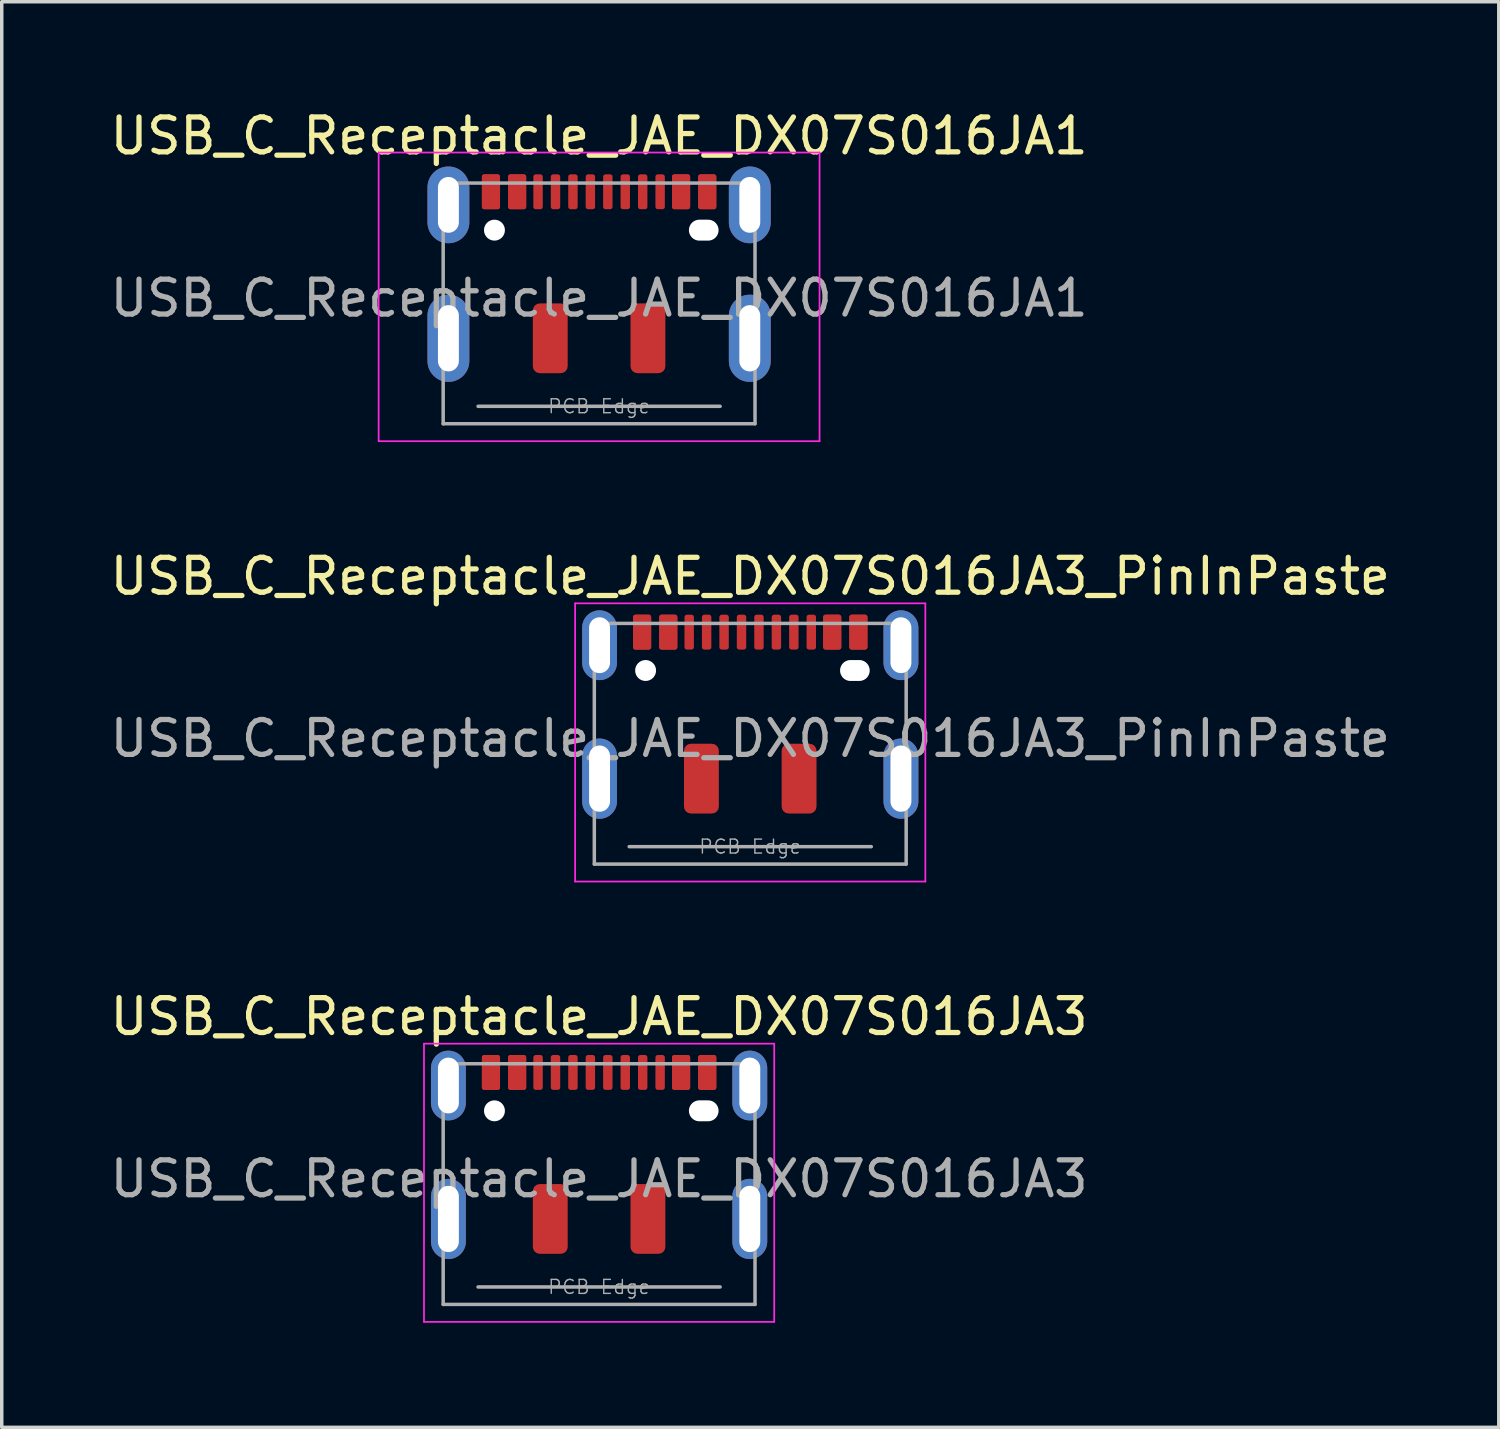
<source format=kicad_pcb>
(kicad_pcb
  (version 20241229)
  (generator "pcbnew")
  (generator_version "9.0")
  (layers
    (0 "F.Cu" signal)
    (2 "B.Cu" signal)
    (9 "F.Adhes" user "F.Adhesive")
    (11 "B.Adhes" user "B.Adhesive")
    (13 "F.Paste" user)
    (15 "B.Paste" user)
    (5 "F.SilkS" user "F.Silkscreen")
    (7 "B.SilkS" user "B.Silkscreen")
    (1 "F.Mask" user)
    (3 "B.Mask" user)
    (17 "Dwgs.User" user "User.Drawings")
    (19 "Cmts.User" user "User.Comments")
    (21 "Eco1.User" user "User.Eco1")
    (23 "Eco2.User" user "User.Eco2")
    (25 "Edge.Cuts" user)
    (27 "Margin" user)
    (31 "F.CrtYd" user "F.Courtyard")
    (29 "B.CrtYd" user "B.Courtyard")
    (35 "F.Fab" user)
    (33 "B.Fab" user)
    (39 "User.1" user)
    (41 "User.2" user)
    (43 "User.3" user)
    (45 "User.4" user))
  (footprint "USB_C_Receptacle_JAE_DX07S016JA1"
    (layer "F.Cu")
    (at 14.125 5.498)
    (property "Reference" "USB_C_Receptacle_JAE_DX07S016JA1" (at 0 -4.65 0) (layer "F.SilkS") (effects (font (size 1 1) (thickness 0.15))))
    (attr smd)
    (fp_line (start -6.32 -4.175) (end -6.32 4.1) (stroke (width 0.05) (type solid)) (layer "F.CrtYd"))
    (fp_line (start -6.32 4.1) (end 6.32 4.1) (stroke (width 0.05) (type solid)) (layer "F.CrtYd"))
    (fp_line (start 6.32 -4.175) (end -6.32 -4.175) (stroke (width 0.05) (type solid)) (layer "F.CrtYd"))
    (fp_line (start 6.32 4.1) (end 6.32 -4.175) (stroke (width 0.05) (type solid)) (layer "F.CrtYd"))
    (fp_line (start -4.47 -3.3) (end 4.47 -3.3) (stroke (width 0.1) (type solid)) (layer "F.Fab"))
    (fp_line (start -4.47 3.6) (end -4.47 -3.3) (stroke (width 0.1) (type solid)) (layer "F.Fab"))
    (fp_line (start -4.47 3.6) (end 4.47 3.6) (stroke (width 0.1) (type solid)) (layer "F.Fab"))
    (fp_line (start -3.47 3.1) (end 3.47 3.1) (stroke (width 0.1) (type solid)) (layer "F.Fab"))
    (fp_line (start 4.47 3.6) (end 4.47 -3.3) (stroke (width 0.1) (type solid)) (layer "F.Fab"))
    (fp_text user "${REFERENCE}" (at 0 0 0) (layer "F.Fab") (effects (font (size 1 1) (thickness 0.15))))
    (fp_text user "PCB Edge" (at 0 3.1 0) (layer "F.Fab") (effects (font (size 0.4 0.4) (thickness 0.04))))
    (pad "" smd roundrect (at -4.72 -2.48) (size 2 2.6) (layers "F.Paste") (roundrect_rratio 0.1))
    (pad "" smd roundrect (at -4.72 1.1) (size 2 3.2) (layers "F.Paste") (roundrect_rratio 0.1))
    (pad "" np_thru_hole oval (at -3 -1.95) (size 0.6 0.6) (drill 0.6) (layers "*.Cu" "*.Mask"))
    (pad "" smd roundrect (at -1.4 1.15) (size 1 2) (layers "F.Cu" "F.Mask" "F.Paste") (roundrect_rratio 0.2))
    (pad "" smd roundrect (at 1.4 1.15) (size 1 2) (layers "F.Cu" "F.Mask" "F.Paste") (roundrect_rratio 0.2))
    (pad "" np_thru_hole oval (at 3 -1.95) (size 0.85 0.6) (drill oval 0.85 0.6) (layers "*.Cu" "*.Mask"))
    (pad "" smd roundrect (at 4.72 -2.48) (size 2 2.6) (layers "F.Paste") (roundrect_rratio 0.1))
    (pad "" smd roundrect (at 4.72 1.1) (size 2 3.2) (layers "F.Paste") (roundrect_rratio 0.1))
    (pad "A1" smd roundrect (at -3.1 -3.05) (size 0.52 1) (layers "F.Cu" "F.Mask" "F.Paste") (roundrect_rratio 0.13))
    (pad "A4" smd roundrect (at -2.35 -3.05) (size 0.52 1) (layers "F.Cu" "F.Mask" "F.Paste") (roundrect_rratio 0.13))
    (pad "A5" smd roundrect (at -1.75 -3.05) (size 0.27 1) (layers "F.Cu" "F.Mask" "F.Paste") (roundrect_rratio 0.25))
    (pad "A6" smd roundrect (at -0.25 -3.05) (size 0.27 1) (layers "F.Cu" "F.Mask" "F.Paste") (roundrect_rratio 0.25))
    (pad "A7" smd roundrect (at 0.75 -3.05) (size 0.27 1) (layers "F.Cu" "F.Mask" "F.Paste") (roundrect_rratio 0.25))
    (pad "A8" smd roundrect (at 1.75 -3.05) (size 0.27 1) (layers "F.Cu" "F.Mask" "F.Paste") (roundrect_rratio 0.25))
    (pad "A9" smd roundrect (at 2.35 -3.05) (size 0.52 1) (layers "F.Cu" "F.Mask" "F.Paste") (roundrect_rratio 0.13))
    (pad "A12" smd roundrect (at 3.1 -3.05) (size 0.52 1) (layers "F.Cu" "F.Mask" "F.Paste") (roundrect_rratio 0.13))
    (pad "B1" smd roundrect (at 3.1 -3.05) (size 0.52 1) (layers "F.Cu" "F.Mask" "F.Paste") (roundrect_rratio 0.13))
    (pad "B4" smd roundrect (at 2.35 -3.05) (size 0.52 1) (layers "F.Cu" "F.Mask" "F.Paste") (roundrect_rratio 0.13))
    (pad "B5" smd roundrect (at 1.25 -3.05) (size 0.27 1) (layers "F.Cu" "F.Mask" "F.Paste") (roundrect_rratio 0.25))
    (pad "B6" smd roundrect (at 0.25 -3.05) (size 0.27 1) (layers "F.Cu" "F.Mask" "F.Paste") (roundrect_rratio 0.25))
    (pad "B7" smd roundrect (at -0.75 -3.05) (size 0.27 1) (layers "F.Cu" "F.Mask" "F.Paste") (roundrect_rratio 0.25))
    (pad "B8" smd roundrect (at -1.25 -3.05) (size 0.27 1) (layers "F.Cu" "F.Mask" "F.Paste") (roundrect_rratio 0.25))
    (pad "B9" smd roundrect (at -2.35 -3.05) (size 0.52 1) (layers "F.Cu" "F.Mask" "F.Paste") (roundrect_rratio 0.13))
    (pad "B12" smd roundrect (at -3.1 -3.05) (size 0.52 1) (layers "F.Cu" "F.Mask" "F.Paste") (roundrect_rratio 0.13))
    (pad "S1" thru_hole oval (at -4.32 -2.675) (size 1.2 2.2) (drill oval 0.6 1.6) (layers "*.Cu" "*.Mask"))
    (pad "S1" thru_hole oval (at -4.32 1.15) (size 1.2 2.5) (drill oval 0.6 1.9) (layers "*.Cu" "*.Mask"))
    (pad "S1" thru_hole oval (at 4.32 -2.675) (size 1.2 2.2) (drill oval 0.6 1.6) (layers "*.Cu" "*.Mask"))
    (pad "S1" thru_hole oval (at 4.32 1.15) (size 1.2 2.5) (drill oval 0.6 1.9) (layers "*.Cu" "*.Mask")))
  (footprint "USB_C_Receptacle_JAE_DX07S016JA3_PinInPaste"
    (layer "F.Cu")
    (at 18.458 18.122)
    (property "Reference" "USB_C_Receptacle_JAE_DX07S016JA3_PinInPaste" (at 0 -4.65 0) (layer "F.SilkS") (effects (font (size 1 1) (thickness 0.15))))
    (attr smd)
    (fp_line (start -5.02 -3.875) (end -5.02 4.1) (stroke (width 0.05) (type solid)) (layer "F.CrtYd"))
    (fp_line (start -5.02 4.1) (end 5.02 4.1) (stroke (width 0.05) (type solid)) (layer "F.CrtYd"))
    (fp_line (start 5.02 -3.875) (end -5.02 -3.875) (stroke (width 0.05) (type solid)) (layer "F.CrtYd"))
    (fp_line (start 5.02 4.1) (end 5.02 -3.875) (stroke (width 0.05) (type solid)) (layer "F.CrtYd"))
    (fp_line (start -4.47 -3.3) (end 4.47 -3.3) (stroke (width 0.1) (type solid)) (layer "F.Fab"))
    (fp_line (start -4.47 3.6) (end -4.47 -3.3) (stroke (width 0.1) (type solid)) (layer "F.Fab"))
    (fp_line (start -4.47 3.6) (end 4.47 3.6) (stroke (width 0.1) (type solid)) (layer "F.Fab"))
    (fp_line (start -3.47 3.1) (end 3.47 3.1) (stroke (width 0.1) (type solid)) (layer "F.Fab"))
    (fp_line (start 4.47 3.6) (end 4.47 -3.3) (stroke (width 0.1) (type solid)) (layer "F.Fab"))
    (fp_text user "${REFERENCE}" (at 0 0 0) (layer "F.Fab") (effects (font (size 1 1) (thickness 0.15))))
    (fp_text user "PCB Edge" (at 0 3.1 0) (layer "F.Fab") (effects (font (size 0.4 0.4) (thickness 0.04))))
    (pad "" smd roundrect (at -5.42 -2.375) (size 2 2.6) (layers "F.Paste") (roundrect_rratio 0.1))
    (pad "" smd roundrect (at -5.42 0.85) (size 2 2.9) (layers "F.Paste") (roundrect_rratio 0.1))
    (pad "" smd roundrect (at -3.92 -2.375) (size 0.6 2.6) (layers "F.Paste") (roundrect_rratio 0.25))
    (pad "" smd roundrect (at -3.92 0.85) (size 0.6 2.9) (layers "F.Paste") (roundrect_rratio 0.308))
    (pad "" np_thru_hole oval (at -3 -1.95) (size 0.6 0.6) (drill 0.6) (layers "*.Cu" "*.Mask"))
    (pad "" smd roundrect (at -1.4 1.15) (size 1 2) (layers "F.Cu" "F.Mask" "F.Paste") (roundrect_rratio 0.2))
    (pad "" smd roundrect (at 1.4 1.15) (size 1 2) (layers "F.Cu" "F.Mask" "F.Paste") (roundrect_rratio 0.2))
    (pad "" np_thru_hole oval (at 3 -1.95) (size 0.85 0.6) (drill oval 0.85 0.6) (layers "*.Cu" "*.Mask"))
    (pad "" smd roundrect (at 3.92 -2.375) (size 0.6 2.6) (layers "F.Paste") (roundrect_rratio 0.308))
    (pad "" smd roundrect (at 3.92 0.85) (size 0.6 2.9) (layers "F.Paste") (roundrect_rratio 0.308))
    (pad "" smd roundrect (at 5.42 -2.375) (size 2 2.6) (layers "F.Paste") (roundrect_rratio 0.1))
    (pad "" smd roundrect (at 5.42 0.85) (size 2 2.9) (layers "F.Paste") (roundrect_rratio 0.1))
    (pad "A1" smd roundrect (at -3.1 -3.05) (size 0.52 1) (layers "F.Cu" "F.Mask" "F.Paste") (roundrect_rratio 0.13))
    (pad "A4" smd roundrect (at -2.35 -3.05) (size 0.52 1) (layers "F.Cu" "F.Mask" "F.Paste") (roundrect_rratio 0.13))
    (pad "A5" smd roundrect (at -1.75 -3.05) (size 0.27 1) (layers "F.Cu" "F.Mask" "F.Paste") (roundrect_rratio 0.25))
    (pad "A6" smd roundrect (at -0.25 -3.05) (size 0.27 1) (layers "F.Cu" "F.Mask" "F.Paste") (roundrect_rratio 0.25))
    (pad "A7" smd roundrect (at 0.75 -3.05) (size 0.27 1) (layers "F.Cu" "F.Mask" "F.Paste") (roundrect_rratio 0.25))
    (pad "A8" smd roundrect (at 1.75 -3.05) (size 0.27 1) (layers "F.Cu" "F.Mask" "F.Paste") (roundrect_rratio 0.25))
    (pad "A9" smd roundrect (at 2.35 -3.05) (size 0.52 1) (layers "F.Cu" "F.Mask" "F.Paste") (roundrect_rratio 0.13))
    (pad "A12" smd roundrect (at 3.1 -3.05) (size 0.52 1) (layers "F.Cu" "F.Mask" "F.Paste") (roundrect_rratio 0.13))
    (pad "B1" smd roundrect (at 3.1 -3.05) (size 0.52 1) (layers "F.Cu" "F.Mask" "F.Paste") (roundrect_rratio 0.13))
    (pad "B4" smd roundrect (at 2.35 -3.05) (size 0.52 1) (layers "F.Cu" "F.Mask" "F.Paste") (roundrect_rratio 0.13))
    (pad "B5" smd roundrect (at 1.25 -3.05) (size 0.27 1) (layers "F.Cu" "F.Mask" "F.Paste") (roundrect_rratio 0.25))
    (pad "B6" smd roundrect (at 0.25 -3.05) (size 0.27 1) (layers "F.Cu" "F.Mask" "F.Paste") (roundrect_rratio 0.25))
    (pad "B7" smd roundrect (at -0.75 -3.05) (size 0.27 1) (layers "F.Cu" "F.Mask" "F.Paste") (roundrect_rratio 0.25))
    (pad "B8" smd roundrect (at -1.25 -3.05) (size 0.27 1) (layers "F.Cu" "F.Mask" "F.Paste") (roundrect_rratio 0.25))
    (pad "B9" smd roundrect (at -2.35 -3.05) (size 0.52 1) (layers "F.Cu" "F.Mask" "F.Paste") (roundrect_rratio 0.13))
    (pad "B12" smd roundrect (at -3.1 -3.05) (size 0.52 1) (layers "F.Cu" "F.Mask" "F.Paste") (roundrect_rratio 0.13))
    (pad "S1" thru_hole oval (at -4.32 -2.675) (size 1 2) (drill oval 0.6 1.6) (layers "*.Cu" "*.Mask"))
    (pad "S1" thru_hole oval (at -4.32 1.15) (size 1 2.3) (drill oval 0.6 1.9) (layers "*.Cu" "*.Mask"))
    (pad "S1" thru_hole oval (at 4.32 -2.675) (size 1 2) (drill oval 0.6 1.6) (layers "*.Cu" "*.Mask"))
    (pad "S1" thru_hole oval (at 4.32 1.15) (size 1 2.3) (drill oval 0.6 1.9) (layers "*.Cu" "*.Mask")))
  (footprint "USB_C_Receptacle_JAE_DX07S016JA3"
    (layer "F.Cu")
    (at 14.125 30.745)
    (property "Reference" "USB_C_Receptacle_JAE_DX07S016JA3" (at 0 -4.65 0) (layer "F.SilkS") (effects (font (size 1 1) (thickness 0.15))))
    (attr smd)
    (fp_line (start -5.02 -3.875) (end -5.02 4.1) (stroke (width 0.05) (type solid)) (layer "F.CrtYd"))
    (fp_line (start -5.02 4.1) (end 5.02 4.1) (stroke (width 0.05) (type solid)) (layer "F.CrtYd"))
    (fp_line (start 5.02 -3.875) (end -5.02 -3.875) (stroke (width 0.05) (type solid)) (layer "F.CrtYd"))
    (fp_line (start 5.02 4.1) (end 5.02 -3.875) (stroke (width 0.05) (type solid)) (layer "F.CrtYd"))
    (fp_line (start -4.47 -3.3) (end 4.47 -3.3) (stroke (width 0.1) (type solid)) (layer "F.Fab"))
    (fp_line (start -4.47 3.6) (end -4.47 -3.3) (stroke (width 0.1) (type solid)) (layer "F.Fab"))
    (fp_line (start -4.47 3.6) (end 4.47 3.6) (stroke (width 0.1) (type solid)) (layer "F.Fab"))
    (fp_line (start -3.47 3.1) (end 3.47 3.1) (stroke (width 0.1) (type solid)) (layer "F.Fab"))
    (fp_line (start 4.47 3.6) (end 4.47 -3.3) (stroke (width 0.1) (type solid)) (layer "F.Fab"))
    (fp_text user "PCB Edge" (at 0 3.1 0) (layer "F.Fab") (effects (font (size 0.4 0.4) (thickness 0.04))))
    (fp_text user "${REFERENCE}" (at 0 0 0) (layer "F.Fab") (effects (font (size 1 1) (thickness 0.15))))
    (pad "" np_thru_hole oval (at -3 -1.95) (size 0.6 0.6) (drill 0.6) (layers "*.Cu" "*.Mask"))
    (pad "" smd roundrect (at -1.4 1.15) (size 1 2) (layers "F.Cu" "F.Mask" "F.Paste") (roundrect_rratio 0.2))
    (pad "" smd roundrect (at 1.4 1.15) (size 1 2) (layers "F.Cu" "F.Mask" "F.Paste") (roundrect_rratio 0.2))
    (pad "" np_thru_hole oval (at 3 -1.95) (size 0.85 0.6) (drill oval 0.85 0.6) (layers "*.Cu" "*.Mask"))
    (pad "A1" smd roundrect (at -3.1 -3.05) (size 0.52 1) (layers "F.Cu" "F.Mask" "F.Paste") (roundrect_rratio 0.13))
    (pad "A4" smd roundrect (at -2.35 -3.05) (size 0.52 1) (layers "F.Cu" "F.Mask" "F.Paste") (roundrect_rratio 0.13))
    (pad "A5" smd roundrect (at -1.75 -3.05) (size 0.27 1) (layers "F.Cu" "F.Mask" "F.Paste") (roundrect_rratio 0.25))
    (pad "A6" smd roundrect (at -0.25 -3.05) (size 0.27 1) (layers "F.Cu" "F.Mask" "F.Paste") (roundrect_rratio 0.25))
    (pad "A7" smd roundrect (at 0.75 -3.05) (size 0.27 1) (layers "F.Cu" "F.Mask" "F.Paste") (roundrect_rratio 0.25))
    (pad "A8" smd roundrect (at 1.75 -3.05) (size 0.27 1) (layers "F.Cu" "F.Mask" "F.Paste") (roundrect_rratio 0.25))
    (pad "A9" smd roundrect (at 2.35 -3.05) (size 0.52 1) (layers "F.Cu" "F.Mask" "F.Paste") (roundrect_rratio 0.13))
    (pad "A12" smd roundrect (at 3.1 -3.05) (size 0.52 1) (layers "F.Cu" "F.Mask" "F.Paste") (roundrect_rratio 0.13))
    (pad "B1" smd roundrect (at 3.1 -3.05) (size 0.52 1) (layers "F.Cu" "F.Mask" "F.Paste") (roundrect_rratio 0.13))
    (pad "B4" smd roundrect (at 2.35 -3.05) (size 0.52 1) (layers "F.Cu" "F.Mask" "F.Paste") (roundrect_rratio 0.13))
    (pad "B5" smd roundrect (at 1.25 -3.05) (size 0.27 1) (layers "F.Cu" "F.Mask" "F.Paste") (roundrect_rratio 0.25))
    (pad "B6" smd roundrect (at 0.25 -3.05) (size 0.27 1) (layers "F.Cu" "F.Mask" "F.Paste") (roundrect_rratio 0.25))
    (pad "B7" smd roundrect (at -0.75 -3.05) (size 0.27 1) (layers "F.Cu" "F.Mask" "F.Paste") (roundrect_rratio 0.25))
    (pad "B8" smd roundrect (at -1.25 -3.05) (size 0.27 1) (layers "F.Cu" "F.Mask" "F.Paste") (roundrect_rratio 0.25))
    (pad "B9" smd roundrect (at -2.35 -3.05) (size 0.52 1) (layers "F.Cu" "F.Mask" "F.Paste") (roundrect_rratio 0.13))
    (pad "B12" smd roundrect (at -3.1 -3.05) (size 0.52 1) (layers "F.Cu" "F.Mask" "F.Paste") (roundrect_rratio 0.13))
    (pad "S1" thru_hole oval (at -4.32 -2.675) (size 1 2) (drill oval 0.6 1.6) (layers "*.Cu" "*.Mask"))
    (pad "S1" thru_hole oval (at -4.32 1.15) (size 1 2.3) (drill oval 0.6 1.9) (layers "*.Cu" "*.Mask"))
    (pad "S1" thru_hole oval (at 4.32 -2.675) (size 1 2) (drill oval 0.6 1.6) (layers "*.Cu" "*.Mask"))
    (pad "S1" thru_hole oval (at 4.32 1.15) (size 1 2.3) (drill oval 0.6 1.9) (layers "*.Cu" "*.Mask")))
  (gr_rect
    (start -3 -3)
    (end 39.917 37.87)
    (stroke (width 0.1) (type default))
    (fill no)
    (layer "Edge.Cuts")))
</source>
